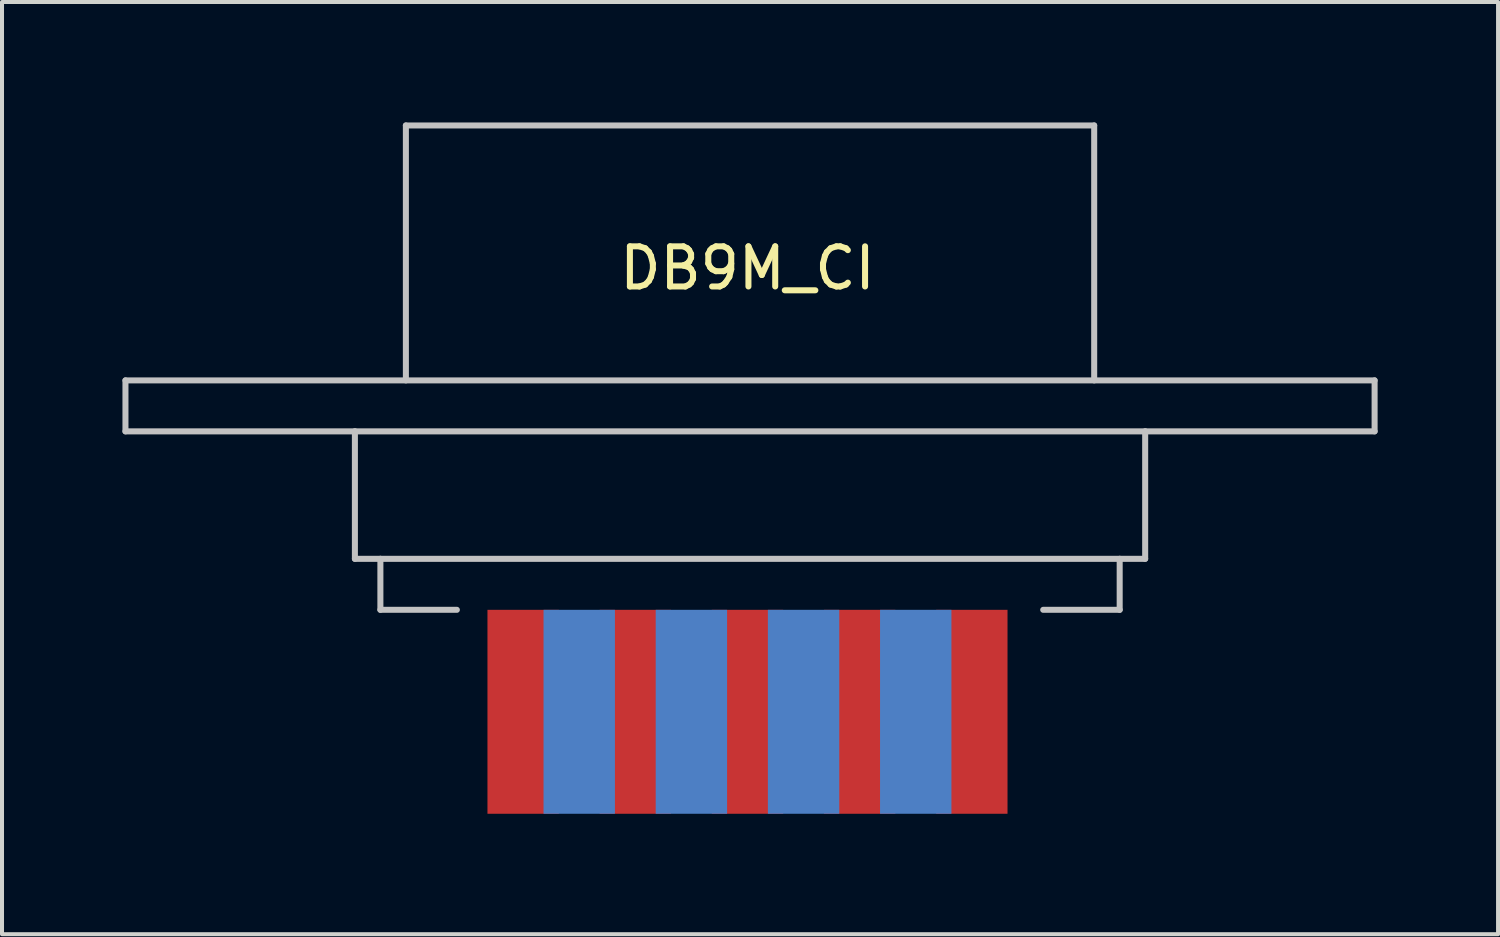
<source format=kicad_pcb>
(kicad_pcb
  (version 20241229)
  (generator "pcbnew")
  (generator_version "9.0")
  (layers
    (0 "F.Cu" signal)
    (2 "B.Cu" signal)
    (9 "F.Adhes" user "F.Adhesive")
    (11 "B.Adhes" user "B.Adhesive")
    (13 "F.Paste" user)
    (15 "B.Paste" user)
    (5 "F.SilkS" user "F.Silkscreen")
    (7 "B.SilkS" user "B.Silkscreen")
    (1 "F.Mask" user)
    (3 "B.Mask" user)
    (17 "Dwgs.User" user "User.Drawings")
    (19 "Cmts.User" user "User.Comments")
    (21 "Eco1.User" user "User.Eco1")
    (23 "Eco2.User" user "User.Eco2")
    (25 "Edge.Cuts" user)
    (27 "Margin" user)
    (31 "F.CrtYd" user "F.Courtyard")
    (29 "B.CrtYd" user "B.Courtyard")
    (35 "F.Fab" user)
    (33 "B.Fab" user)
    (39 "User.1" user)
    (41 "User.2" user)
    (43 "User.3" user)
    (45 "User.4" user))
  (footprint "DB9M_CI"
    (layer "F.Cu")
    (at 15.569 12.013)
    (property "Reference" "DB9M_CI" (at 0 -8.382 0) (layer "F.SilkS") (effects (font (size 1 1) (thickness 0.15))))
    (attr through_hole)
    (fp_line (start -15.494 -5.588) (end 15.621 -5.588) (stroke (width 0.15) (type solid)) (layer "Dwgs.User"))
    (fp_line (start -15.494 -4.318) (end -15.494 -5.588) (stroke (width 0.15) (type solid)) (layer "Dwgs.User"))
    (fp_line (start -9.779 -4.318) (end -15.494 -4.318) (stroke (width 0.15) (type solid)) (layer "Dwgs.User"))
    (fp_line (start -9.779 -1.143) (end -9.779 -4.318) (stroke (width 0.15) (type solid)) (layer "Dwgs.User"))
    (fp_line (start -9.144 -1.143) (end -9.779 -1.143) (stroke (width 0.15) (type solid)) (layer "Dwgs.User"))
    (fp_line (start -9.144 0.127) (end -9.144 -1.143) (stroke (width 0.15) (type solid)) (layer "Dwgs.User"))
    (fp_line (start -8.509 -11.938) (end 8.636 -11.938) (stroke (width 0.15) (type solid)) (layer "Dwgs.User"))
    (fp_line (start -8.509 -5.588) (end -8.509 -11.938) (stroke (width 0.15) (type solid)) (layer "Dwgs.User"))
    (fp_line (start -7.239 0.127) (end -9.144 0.127) (stroke (width 0.15) (type solid)) (layer "Dwgs.User"))
    (fp_line (start 7.366 0.127) (end 9.271 0.127) (stroke (width 0.15) (type solid)) (layer "Dwgs.User"))
    (fp_line (start 8.636 -5.588) (end 8.636 -11.938) (stroke (width 0.15) (type solid)) (layer "Dwgs.User"))
    (fp_line (start 9.271 -1.143) (end -9.144 -1.143) (stroke (width 0.15) (type solid)) (layer "Dwgs.User"))
    (fp_line (start 9.271 0.127) (end 9.271 -1.143) (stroke (width 0.15) (type solid)) (layer "Dwgs.User"))
    (fp_line (start 9.906 -4.318) (end -9.779 -4.318) (stroke (width 0.15) (type solid)) (layer "Dwgs.User"))
    (fp_line (start 9.906 -1.143) (end 9.271 -1.143) (stroke (width 0.15) (type solid)) (layer "Dwgs.User"))
    (fp_line (start 9.906 -1.143) (end 9.906 -4.318) (stroke (width 0.15) (type solid)) (layer "Dwgs.User"))
    (fp_line (start 15.621 -4.318) (end 9.906 -4.318) (stroke (width 0.15) (type solid)) (layer "Dwgs.User"))
    (fp_line (start 15.621 -4.318) (end 15.621 -5.588) (stroke (width 0.15) (type solid)) (layer "Dwgs.User"))
    (pad "1" connect rect (at 5.588 2.667) (size 1.778 5.08) (layers "F.Cu" "F.Mask"))
    (pad "2" connect rect (at 2.794 2.667) (size 1.778 5.08) (layers "F.Cu" "F.Mask"))
    (pad "3" connect rect (at 0 2.667) (size 1.778 5.08) (layers "F.Cu" "F.Mask"))
    (pad "4" connect rect (at -2.794 2.667) (size 1.778 5.08) (layers "F.Cu" "F.Mask"))
    (pad "5" connect rect (at -5.588 2.667) (size 1.778 5.08) (layers "F.Cu" "F.Mask"))
    (pad "6" connect rect (at 4.191 2.667) (size 1.778 5.08) (layers "B.Cu" "B.Mask"))
    (pad "7" connect rect (at 1.397 2.667) (size 1.778 5.08) (layers "B.Cu" "B.Mask"))
    (pad "8" connect rect (at -1.397 2.667) (size 1.778 5.08) (layers "B.Cu" "B.Mask"))
    (pad "9" connect rect (at -4.191 2.667) (size 1.778 5.08) (layers "B.Cu" "B.Mask")))
  (gr_rect
    (start -3 -3)
    (end 34.265 20.22)
    (stroke (width 0.1) (type default))
    (fill no)
    (layer "Edge.Cuts")))
</source>
